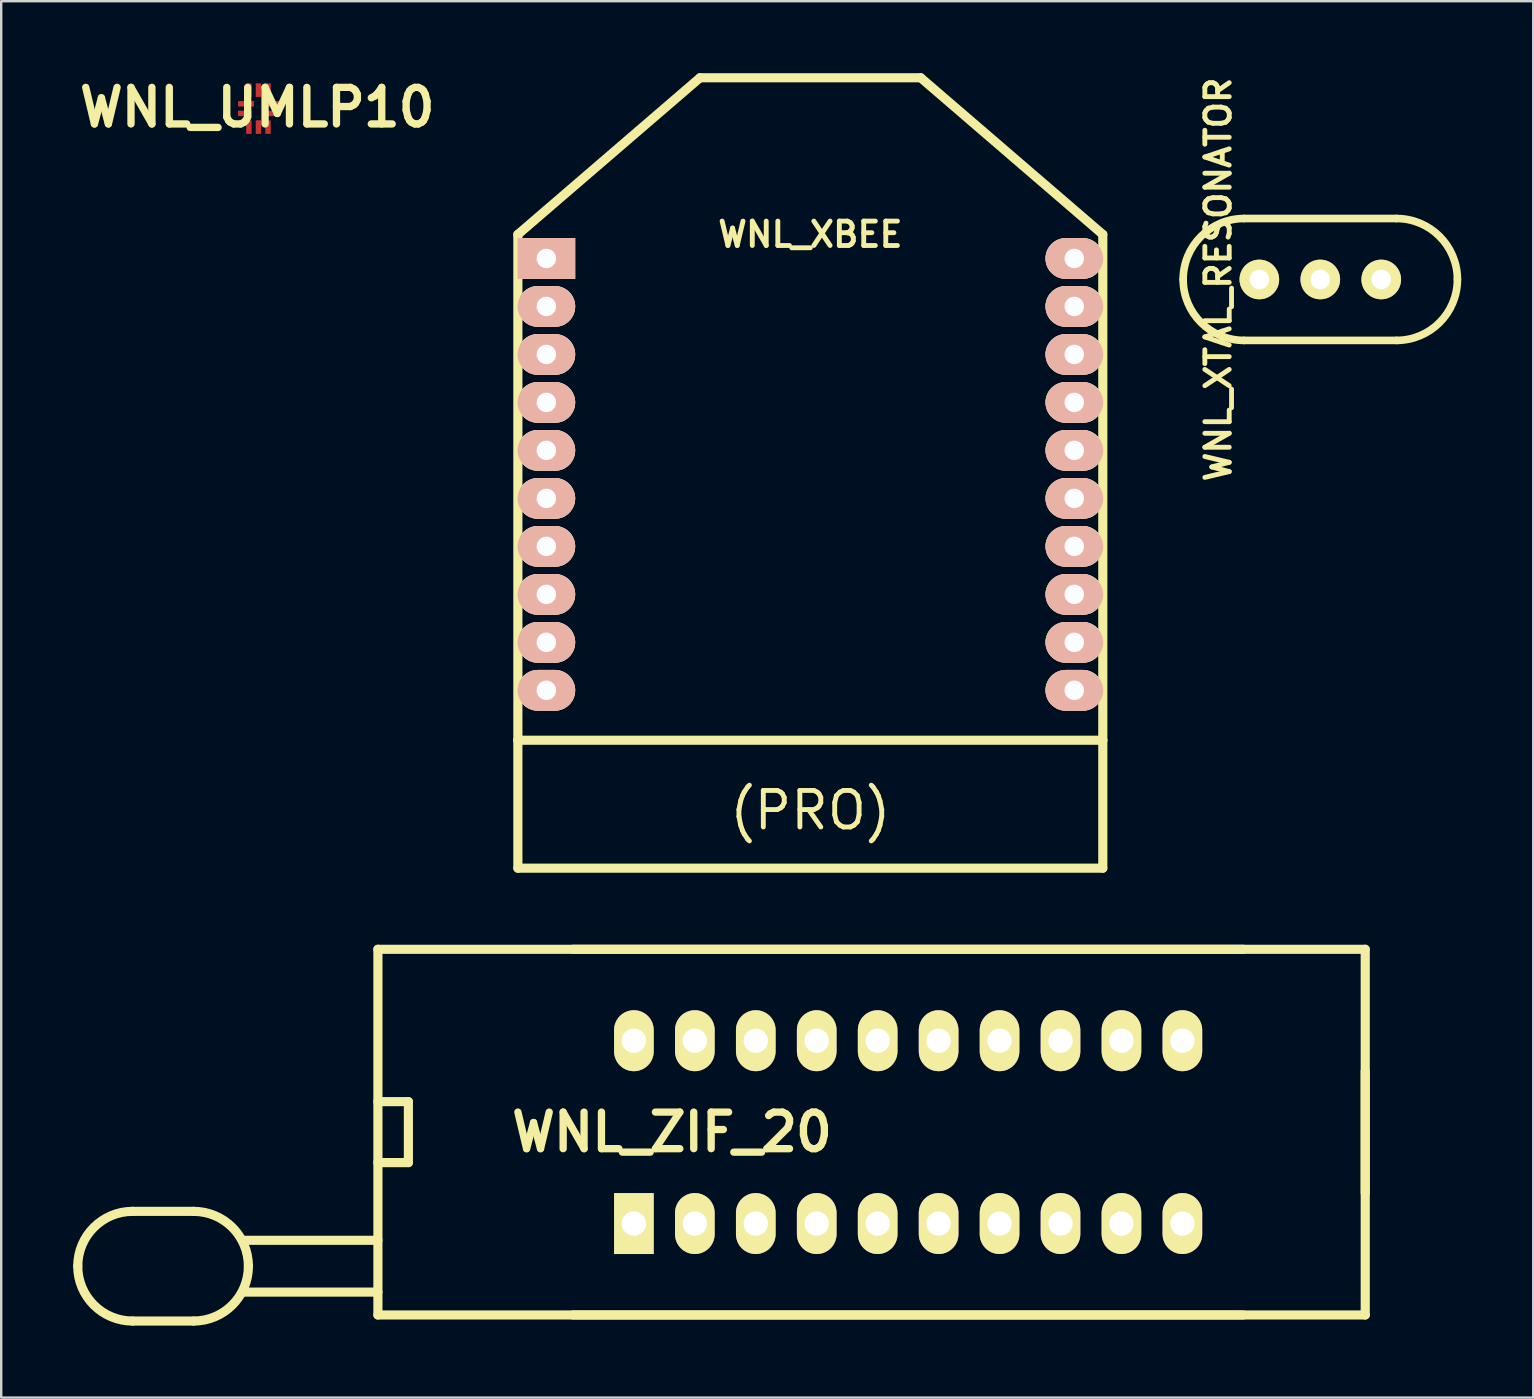
<source format=kicad_pcb>
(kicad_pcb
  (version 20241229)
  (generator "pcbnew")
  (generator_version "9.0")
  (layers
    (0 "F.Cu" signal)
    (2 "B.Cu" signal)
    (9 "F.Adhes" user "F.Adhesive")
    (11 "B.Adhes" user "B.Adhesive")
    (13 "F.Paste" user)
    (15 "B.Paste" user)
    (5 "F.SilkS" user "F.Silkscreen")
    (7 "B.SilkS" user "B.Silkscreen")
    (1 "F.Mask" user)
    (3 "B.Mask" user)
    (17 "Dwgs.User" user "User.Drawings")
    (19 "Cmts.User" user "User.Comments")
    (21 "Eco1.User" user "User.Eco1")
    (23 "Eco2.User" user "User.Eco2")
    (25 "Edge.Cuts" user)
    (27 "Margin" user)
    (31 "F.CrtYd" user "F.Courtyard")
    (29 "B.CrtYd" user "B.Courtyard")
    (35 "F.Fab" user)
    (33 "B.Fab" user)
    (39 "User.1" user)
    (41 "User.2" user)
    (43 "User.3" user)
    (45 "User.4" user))
  (footprint "WNL_ZIF_20"
    (layer "F.Cu")
    (at 34.798 44.133)
    (property "Reference" "WNL_ZIF_20" (at -9.842 0 0) (layer "F.SilkS") (effects (font (size 1.524 1.524) (thickness 0.305))))
    (attr through_hole)
    (fp_line (start -32.322 3.302) (end -29.782 3.302) (stroke (width 0.381) (type solid)) (layer "F.SilkS"))
    (fp_line (start -32.322 7.874) (end -29.782 7.874) (stroke (width 0.381) (type solid)) (layer "F.SilkS"))
    (fp_line (start -27.75 4.508) (end -22.098 4.508) (stroke (width 0.381) (type solid)) (layer "F.SilkS"))
    (fp_line (start -27.75 6.668) (end -22.098 6.668) (stroke (width 0.381) (type solid)) (layer "F.SilkS"))
    (fp_line (start -22.098 -7.62) (end -22.098 7.62) (stroke (width 0.381) (type solid)) (layer "F.SilkS"))
    (fp_line (start -22.098 -1.27) (end -20.828 -1.27) (stroke (width 0.381) (type solid)) (layer "F.SilkS"))
    (fp_line (start -22.098 7.62) (end 19.05 7.62) (stroke (width 0.381) (type solid)) (layer "F.SilkS"))
    (fp_line (start -20.828 -1.27) (end -20.828 1.27) (stroke (width 0.381) (type solid)) (layer "F.SilkS"))
    (fp_line (start -20.828 1.27) (end -22.098 1.27) (stroke (width 0.381) (type solid)) (layer "F.SilkS"))
    (fp_line (start -13.97 -7.62) (end 13.97 -7.62) (stroke (width 0.381) (type solid)) (layer "F.SilkS"))
    (fp_line (start 13.97 7.62) (end -13.97 7.62) (stroke (width 0.381) (type solid)) (layer "F.SilkS"))
    (fp_line (start 19.05 -7.62) (end -22.098 -7.62) (stroke (width 0.381) (type solid)) (layer "F.SilkS"))
    (fp_line (start 19.05 -2.54) (end 19.05 2.54) (stroke (width 0.381) (type solid)) (layer "F.SilkS"))
    (fp_line (start 19.05 7.62) (end 19.05 -7.62) (stroke (width 0.381) (type solid)) (layer "F.SilkS"))
    (fp_arc (start -34.6075 5.588) (mid -33.937946 3.971554) (end -32.3215 3.302) (stroke (width 0.381) (type solid)) (layer "F.SilkS"))
    (fp_arc (start -32.3215 7.874) (mid -33.937946 7.204446) (end -34.6075 5.588) (stroke (width 0.381) (type solid)) (layer "F.SilkS"))
    (fp_arc (start -29.7815 3.302) (mid -28.165054 3.971554) (end -27.4955 5.588) (stroke (width 0.381) (type solid)) (layer "F.SilkS"))
    (fp_arc (start -27.4955 5.588) (mid -28.165054 7.204446) (end -29.7815 7.874) (stroke (width 0.381) (type solid)) (layer "F.SilkS"))
    (pad "1" thru_hole rect (at -11.43 3.81) (size 1.651 2.54) (drill 1.016) (layers "*.Cu" "*.Mask" "F.SilkS"))
    (pad "2" thru_hole oval (at -8.89 3.81) (size 1.651 2.54) (drill 1.016) (layers "*.Cu" "*.Mask" "F.SilkS"))
    (pad "3" thru_hole oval (at -6.35 3.81) (size 1.651 2.54) (drill 1.016) (layers "*.Cu" "*.Mask" "F.SilkS"))
    (pad "4" thru_hole oval (at -3.81 3.81) (size 1.651 2.54) (drill 1.016) (layers "*.Cu" "*.Mask" "F.SilkS"))
    (pad "5" thru_hole oval (at -1.27 3.81) (size 1.651 2.54) (drill 1.016) (layers "*.Cu" "*.Mask" "F.SilkS"))
    (pad "6" thru_hole oval (at 1.27 3.81) (size 1.651 2.54) (drill 1.016) (layers "*.Cu" "*.Mask" "F.SilkS"))
    (pad "7" thru_hole oval (at 3.81 3.81) (size 1.651 2.54) (drill 1.016) (layers "*.Cu" "*.Mask" "F.SilkS"))
    (pad "8" thru_hole oval (at 6.35 3.81) (size 1.651 2.54) (drill 1.016) (layers "*.Cu" "*.Mask" "F.SilkS"))
    (pad "9" thru_hole oval (at 8.89 3.81) (size 1.651 2.54) (drill 1.016) (layers "*.Cu" "*.Mask" "F.SilkS"))
    (pad "10" thru_hole oval (at 11.43 3.81) (size 1.651 2.54) (drill 1.016) (layers "*.Cu" "*.Mask" "F.SilkS"))
    (pad "11" thru_hole oval (at 11.43 -3.81) (size 1.651 2.54) (drill 1.016) (layers "*.Cu" "*.Mask" "F.SilkS"))
    (pad "12" thru_hole oval (at 8.89 -3.81) (size 1.651 2.54) (drill 1.016) (layers "*.Cu" "*.Mask" "F.SilkS"))
    (pad "13" thru_hole oval (at 6.35 -3.81) (size 1.651 2.54) (drill 1.016) (layers "*.Cu" "*.Mask" "F.SilkS"))
    (pad "14" thru_hole oval (at 3.81 -3.81) (size 1.651 2.54) (drill 1.016) (layers "*.Cu" "*.Mask" "F.SilkS"))
    (pad "15" thru_hole oval (at 1.27 -3.81) (size 1.651 2.54) (drill 1.016) (layers "*.Cu" "*.Mask" "F.SilkS"))
    (pad "16" thru_hole oval (at -1.27 -3.81) (size 1.651 2.54) (drill 1.016) (layers "*.Cu" "*.Mask" "F.SilkS"))
    (pad "17" thru_hole oval (at -3.81 -3.81) (size 1.651 2.54) (drill 1.016) (layers "*.Cu" "*.Mask" "F.SilkS"))
    (pad "18" thru_hole oval (at -6.35 -3.81) (size 1.651 2.54) (drill 1.016) (layers "*.Cu" "*.Mask" "F.SilkS"))
    (pad "19" thru_hole oval (at -8.89 -3.81) (size 1.651 2.54) (drill 1.016) (layers "*.Cu" "*.Mask" "F.SilkS"))
    (pad "20" thru_hole oval (at -11.43 -3.81) (size 1.651 2.54) (drill 1.016) (layers "*.Cu" "*.Mask" "F.SilkS")))
  (footprint "WNL_XBEE"
    (layer "F.Cu")
    (at 30.722 6.721)
    (property "Reference" "WNL_XBEE" (at 0 0 0) (layer "F.SilkS") (effects (font (size 1.016 1.016) (thickness 0.203))))
    (attr through_hole)
    (fp_line (start -12.189 0) (end -12.189 21.079) (stroke (width 0.381) (type solid)) (layer "F.SilkS"))
    (fp_line (start -12.189 0) (end -4.6 -6.53) (stroke (width 0.381) (type solid)) (layer "F.SilkS"))
    (fp_line (start -12.189 21.079) (end -12.189 26.411) (stroke (width 0.381) (type solid)) (layer "F.SilkS"))
    (fp_line (start -12.189 21.079) (end 12.189 21.079) (stroke (width 0.381) (type solid)) (layer "F.SilkS"))
    (fp_line (start -12.189 26.411) (end 12.189 26.411) (stroke (width 0.381) (type solid)) (layer "F.SilkS"))
    (fp_line (start -4.6 -6.53) (end 4.6 -6.53) (stroke (width 0.381) (type solid)) (layer "F.SilkS"))
    (fp_line (start 12.189 0) (end 4.6 -6.53) (stroke (width 0.381) (type solid)) (layer "F.SilkS"))
    (fp_line (start 12.189 0) (end 12.189 21.079) (stroke (width 0.381) (type solid)) (layer "F.SilkS"))
    (fp_line (start 12.189 21.079) (end 12.189 26.411) (stroke (width 0.381) (type solid)) (layer "F.SilkS"))
    (fp_text user "(PRO)" (at 0 24 0) (layer "F.SilkS") (effects (font (size 1.524 1.524) (thickness 0.203))))
    (pad "1" thru_hole rect (at -11.001 1.001 270) (size 1.699 2.4) (drill 0.813) (layers "*.Cu" "*.SilkS" "*.Mask"))
    (pad "2" thru_hole oval (at -11.001 3 270) (size 1.699 2.4) (drill 0.813) (layers "*.Cu" "*.SilkS" "*.Mask"))
    (pad "3" thru_hole oval (at -11.001 5.001 270) (size 1.699 2.4) (drill 0.813) (layers "*.Cu" "*.SilkS" "*.Mask"))
    (pad "4" thru_hole oval (at -11.001 7 270) (size 1.699 2.4) (drill 0.813) (layers "*.Cu" "*.SilkS" "*.Mask"))
    (pad "5" thru_hole oval (at -11.001 8.999 270) (size 1.699 2.4) (drill 0.813) (layers "*.Cu" "*.SilkS" "*.Mask"))
    (pad "6" thru_hole oval (at -11.001 11.001 270) (size 1.699 2.4) (drill 0.813) (layers "*.Cu" "*.SilkS" "*.Mask"))
    (pad "7" thru_hole oval (at -11.001 13 270) (size 1.699 2.4) (drill 0.813) (layers "*.Cu" "*.SilkS" "*.Mask"))
    (pad "8" thru_hole oval (at -11.001 15.001 270) (size 1.699 2.4) (drill 0.813) (layers "*.Cu" "*.SilkS" "*.Mask"))
    (pad "9" thru_hole oval (at -11.001 17 270) (size 1.699 2.4) (drill 0.813) (layers "*.Cu" "*.SilkS" "*.Mask"))
    (pad "10" thru_hole oval (at -11.001 18.999 270) (size 1.699 2.4) (drill 0.813) (layers "*.Cu" "*.SilkS" "*.Mask"))
    (pad "11" thru_hole oval (at 11.001 18.999 270) (size 1.699 2.4) (drill 0.813) (layers "*.Cu" "*.SilkS" "*.Mask"))
    (pad "12" thru_hole oval (at 11.001 17 270) (size 1.699 2.4) (drill 0.813) (layers "*.Cu" "*.SilkS" "*.Mask"))
    (pad "13" thru_hole oval (at 11.001 15.001 270) (size 1.699 2.4) (drill 0.813) (layers "*.Cu" "*.SilkS" "*.Mask"))
    (pad "14" thru_hole oval (at 11.001 13 270) (size 1.699 2.4) (drill 0.813) (layers "*.Cu" "*.SilkS" "*.Mask"))
    (pad "15" thru_hole oval (at 11.001 11.001 270) (size 1.699 2.4) (drill 0.813) (layers "*.Cu" "*.SilkS" "*.Mask"))
    (pad "16" thru_hole oval (at 11.001 8.999 270) (size 1.699 2.4) (drill 0.813) (layers "*.Cu" "*.SilkS" "*.Mask"))
    (pad "17" thru_hole oval (at 11.001 7 270) (size 1.699 2.4) (drill 0.813) (layers "*.Cu" "*.SilkS" "*.Mask"))
    (pad "18" thru_hole oval (at 11.001 5.001 270) (size 1.699 2.4) (drill 0.813) (layers "*.Cu" "*.SilkS" "*.Mask"))
    (pad "19" thru_hole oval (at 11.001 3 270) (size 1.699 2.4) (drill 0.813) (layers "*.Cu" "*.SilkS" "*.Mask"))
    (pad "20" thru_hole oval (at 11.001 1.001 270) (size 1.699 2.4) (drill 0.813) (layers "*.Cu" "*.SilkS" "*.Mask")))
  (footprint "WNL_UMLP10"
    (layer "F.Cu")
    (at 7.722 1.477)
    (property "Reference" "WNL_UMLP10" (at -0.051 -0.051 0) (layer "F.SilkS") (effects (font (size 1.524 1.524) (thickness 0.305))))
    (attr through_hole)
    (pad "1" smd rect (at -0.518 -0.201) (size 0.663 0.226) (layers "F.Cu" "F.Mask" "F.Paste"))
    (pad "2" smd rect (at -0.569 0.201) (size 0.564 0.226) (layers "F.Cu" "F.Mask" "F.Paste"))
    (pad "3" smd rect (at -0.399 0.77) (size 0.226 0.564) (layers "F.Cu" "F.Mask" "F.Paste"))
    (pad "4" smd rect (at 0 0.77) (size 0.226 0.564) (layers "F.Cu" "F.Mask" "F.Paste"))
    (pad "5" smd rect (at 0.399 0.77) (size 0.226 0.564) (layers "F.Cu" "F.Mask" "F.Paste"))
    (pad "6" smd rect (at 0.569 0.201) (size 0.564 0.226) (layers "F.Cu" "F.Mask" "F.Paste"))
    (pad "7" smd rect (at 0.569 -0.201) (size 0.564 0.226) (layers "F.Cu" "F.Mask" "F.Paste"))
    (pad "8" smd rect (at 0.399 -0.77) (size 0.226 0.564) (layers "F.Cu" "F.Mask" "F.Paste"))
    (pad "9" smd rect (at 0 -0.77) (size 0.226 0.564) (layers "F.Cu" "F.Mask" "F.Paste"))
    (pad "10" smd rect (at -0.399 -0.77) (size 0.226 0.564) (layers "F.Cu" "F.Mask" "F.Paste")))
  (footprint "WNL_XTAL_RESONATOR"
    (layer "F.Cu")
    (at 51.975 8.597)
    (property "Reference" "WNL_XTAL_RESONATOR" (at -4.255 0 90) (layer "F.SilkS") (effects (font (size 1.016 1.016) (thickness 0.203))))
    (attr through_hole)
    (fp_line (start -3.175 -2.54) (end 3.175 -2.54) (stroke (width 0.318) (type solid)) (layer "F.SilkS"))
    (fp_line (start -3.175 2.54) (end 3.175 2.54) (stroke (width 0.318) (type solid)) (layer "F.SilkS"))
    (fp_arc (start -5.715 0) (mid -4.971051 -1.796051) (end -3.175 -2.54) (stroke (width 0.3175) (type solid)) (layer "F.SilkS"))
    (fp_arc (start -3.175 2.54) (mid -4.971051 1.796051) (end -5.715 0) (stroke (width 0.3175) (type solid)) (layer "F.SilkS"))
    (fp_arc (start 3.175 -2.54) (mid 4.971051 -1.796051) (end 5.715 0) (stroke (width 0.3175) (type solid)) (layer "F.SilkS"))
    (fp_arc (start 5.715 0) (mid 4.971051 1.796051) (end 3.175 2.54) (stroke (width 0.3175) (type solid)) (layer "F.SilkS"))
    (pad "1" thru_hole circle (at -2.54 0) (size 1.651 1.651) (drill 0.813) (layers "*.Cu" "*.Mask" "F.SilkS"))
    (pad "2" thru_hole circle (at 0 0) (size 1.651 1.651) (drill 0.813) (layers "*.Cu" "*.Mask" "F.SilkS"))
    (pad "3" thru_hole circle (at 2.54 0) (size 1.651 1.651) (drill 0.813) (layers "*.Cu" "*.Mask" "F.SilkS")))
  (gr_rect
    (start -3 -3)
    (end 60.849 55.197)
    (stroke (width 0.1) (type default))
    (fill no)
    (layer "Edge.Cuts")))
</source>
